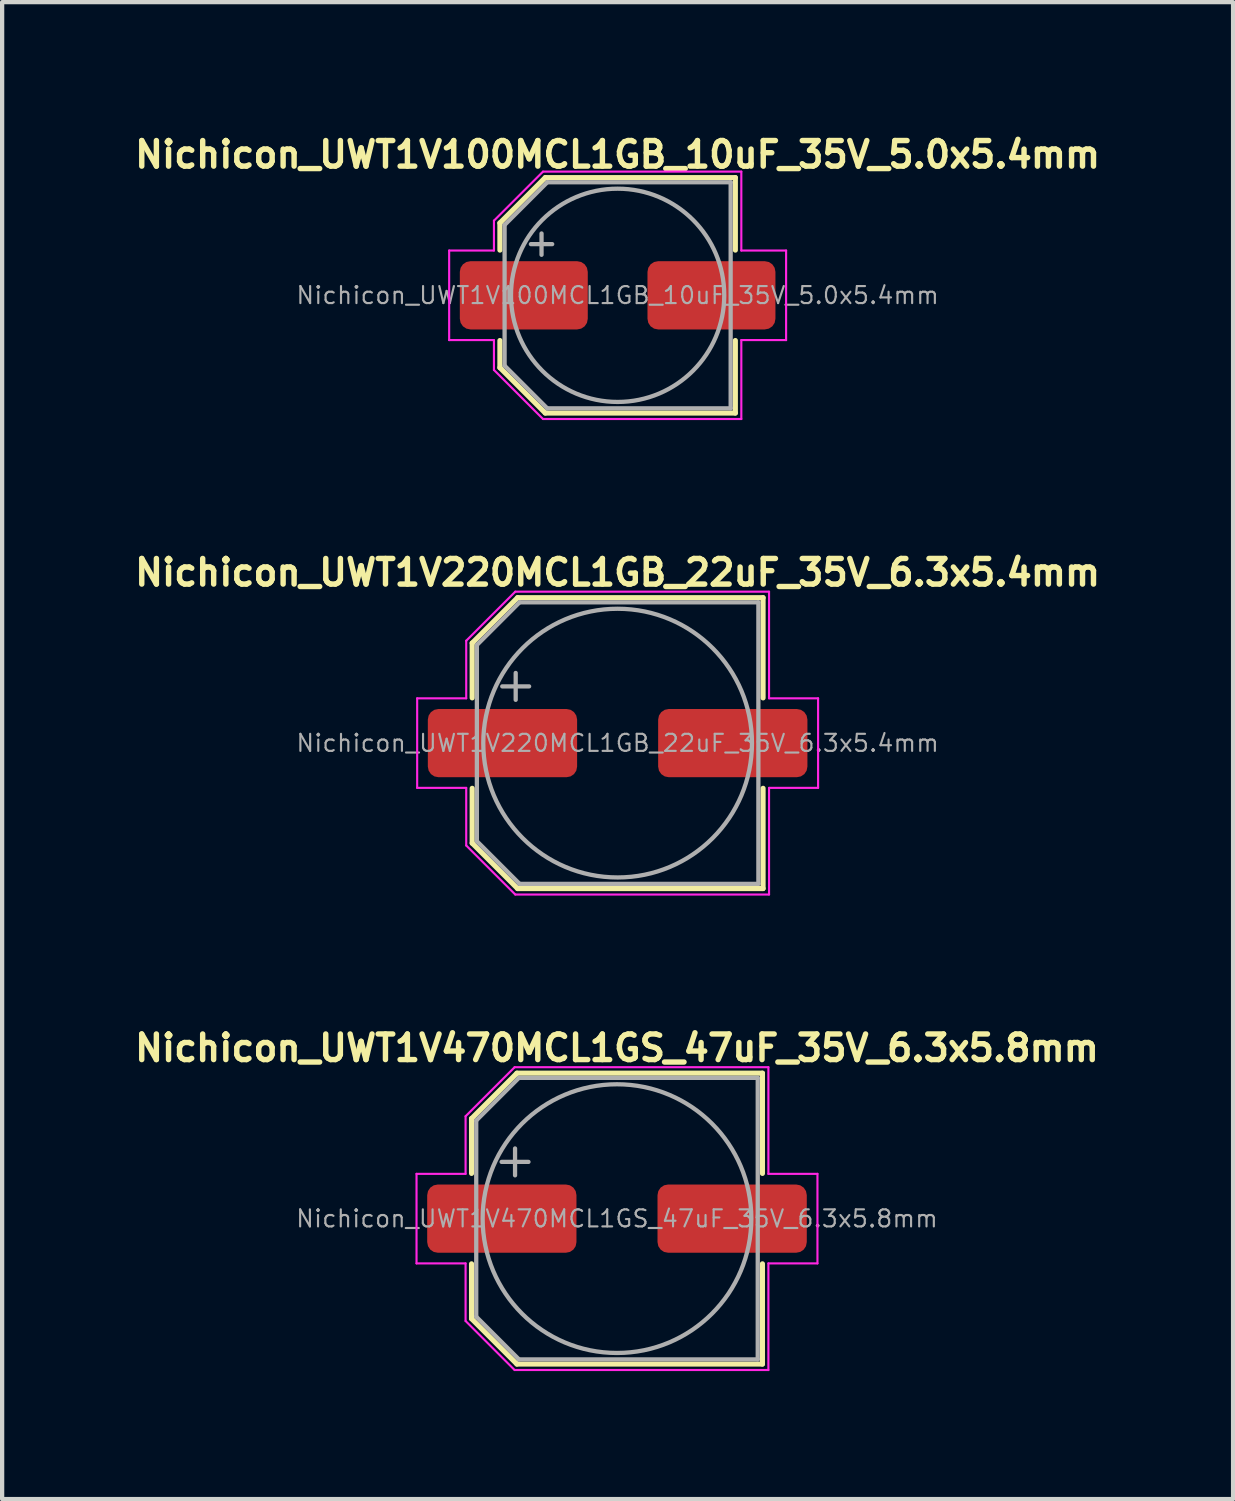
<source format=kicad_pcb>
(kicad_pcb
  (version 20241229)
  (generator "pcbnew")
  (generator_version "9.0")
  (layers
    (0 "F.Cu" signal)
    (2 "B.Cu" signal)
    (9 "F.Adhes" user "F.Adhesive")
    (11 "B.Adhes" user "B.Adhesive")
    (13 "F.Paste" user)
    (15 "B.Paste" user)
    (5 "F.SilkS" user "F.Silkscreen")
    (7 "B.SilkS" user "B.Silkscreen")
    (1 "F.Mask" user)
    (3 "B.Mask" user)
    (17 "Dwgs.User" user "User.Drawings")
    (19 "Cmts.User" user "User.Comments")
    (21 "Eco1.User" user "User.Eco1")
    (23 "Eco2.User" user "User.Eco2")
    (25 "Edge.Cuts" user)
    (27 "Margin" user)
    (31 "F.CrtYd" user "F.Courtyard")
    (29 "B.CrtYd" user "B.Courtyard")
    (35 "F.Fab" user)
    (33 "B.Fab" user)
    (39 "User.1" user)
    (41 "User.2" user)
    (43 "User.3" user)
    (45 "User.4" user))
  (footprint "Nichicon_UWT1V470MCL1GS_47uF_35V_6.3x5.8mm"
    (layer "F.Cu")
    (at 11.416 25.522)
    (property "Reference" "Nichicon_UWT1V470MCL1GS_47uF_35V_6.3x5.8mm" (at 0 -4 0) (layer "F.SilkS") (effects (font (size 0.6 0.6) (thickness 0.127))))
    (attr smd)
    (fp_line (start -3.41 -2.346) (end -3.41 -1.06) (stroke (width 0.12) (type solid)) (layer "F.SilkS"))
    (fp_line (start -3.41 -2.346) (end -2.346 -3.41) (stroke (width 0.12) (type solid)) (layer "F.SilkS"))
    (fp_line (start -3.41 2.346) (end -3.41 1.06) (stroke (width 0.12) (type solid)) (layer "F.SilkS"))
    (fp_line (start -3.41 2.346) (end -2.346 3.41) (stroke (width 0.12) (type solid)) (layer "F.SilkS"))
    (fp_line (start -2.346 -3.41) (end 3.41 -3.41) (stroke (width 0.12) (type solid)) (layer "F.SilkS"))
    (fp_line (start -2.346 3.41) (end 3.41 3.41) (stroke (width 0.12) (type solid)) (layer "F.SilkS"))
    (fp_line (start 3.41 -3.41) (end 3.41 -1.06) (stroke (width 0.12) (type solid)) (layer "F.SilkS"))
    (fp_line (start 3.41 3.41) (end 3.41 1.06) (stroke (width 0.12) (type solid)) (layer "F.SilkS"))
    (fp_line (start -4.7 -1.05) (end -4.7 1.05) (stroke (width 0.05) (type solid)) (layer "F.CrtYd"))
    (fp_line (start -4.7 1.05) (end -3.55 1.05) (stroke (width 0.05) (type solid)) (layer "F.CrtYd"))
    (fp_line (start -3.55 -2.4) (end -3.55 -1.05) (stroke (width 0.05) (type solid)) (layer "F.CrtYd"))
    (fp_line (start -3.55 -2.4) (end -2.4 -3.55) (stroke (width 0.05) (type solid)) (layer "F.CrtYd"))
    (fp_line (start -3.55 -1.05) (end -4.7 -1.05) (stroke (width 0.05) (type solid)) (layer "F.CrtYd"))
    (fp_line (start -3.55 1.05) (end -3.55 2.4) (stroke (width 0.05) (type solid)) (layer "F.CrtYd"))
    (fp_line (start -3.55 2.4) (end -2.4 3.55) (stroke (width 0.05) (type solid)) (layer "F.CrtYd"))
    (fp_line (start -2.4 -3.55) (end 3.55 -3.55) (stroke (width 0.05) (type solid)) (layer "F.CrtYd"))
    (fp_line (start -2.4 3.55) (end 3.55 3.55) (stroke (width 0.05) (type solid)) (layer "F.CrtYd"))
    (fp_line (start 3.55 -3.55) (end 3.55 -1.05) (stroke (width 0.05) (type solid)) (layer "F.CrtYd"))
    (fp_line (start 3.55 -1.05) (end 4.7 -1.05) (stroke (width 0.05) (type solid)) (layer "F.CrtYd"))
    (fp_line (start 3.55 1.05) (end 3.55 3.55) (stroke (width 0.05) (type solid)) (layer "F.CrtYd"))
    (fp_line (start 4.7 -1.05) (end 4.7 1.05) (stroke (width 0.05) (type solid)) (layer "F.CrtYd"))
    (fp_line (start 4.7 1.05) (end 3.55 1.05) (stroke (width 0.05) (type solid)) (layer "F.CrtYd"))
    (fp_line (start -3.3 -2.3) (end -3.3 2.3) (stroke (width 0.1) (type solid)) (layer "F.Fab"))
    (fp_line (start -3.3 -2.3) (end -2.3 -3.3) (stroke (width 0.1) (type solid)) (layer "F.Fab"))
    (fp_line (start -3.3 2.3) (end -2.3 3.3) (stroke (width 0.1) (type solid)) (layer "F.Fab"))
    (fp_line (start -2.705 -1.33) (end -2.075 -1.33) (stroke (width 0.1) (type solid)) (layer "F.Fab"))
    (fp_line (start -2.39 -1.645) (end -2.39 -1.015) (stroke (width 0.1) (type solid)) (layer "F.Fab"))
    (fp_line (start -2.3 -3.3) (end 3.3 -3.3) (stroke (width 0.1) (type solid)) (layer "F.Fab"))
    (fp_line (start -2.3 3.3) (end 3.3 3.3) (stroke (width 0.1) (type solid)) (layer "F.Fab"))
    (fp_line (start 3.3 -3.3) (end 3.3 3.3) (stroke (width 0.1) (type solid)) (layer "F.Fab"))
    (fp_circle (center 0 0) (end 3.15 0) (stroke (width 0.1) (type solid)) (fill no) (layer "F.Fab"))
    (fp_text user "${REFERENCE}" (at 0 0 0) (layer "F.Fab") (effects (font (size 0.4 0.4) (thickness 0.05))))
    (pad "1" smd roundrect (at -2.7 0) (size 3.5 1.6) (layers "F.Cu" "F.Mask" "F.Paste") (roundrect_rratio 0.156))
    (pad "2" smd roundrect (at 2.7 0) (size 3.5 1.6) (layers "F.Cu" "F.Mask" "F.Paste") (roundrect_rratio 0.156)))
  (footprint "Nichicon_UWT1V100MCL1GB_10uF_35V_5.0x5.4mm"
    (layer "F.Cu")
    (at 11.431 3.874)
    (property "Reference" "Nichicon_UWT1V100MCL1GB_10uF_35V_5.0x5.4mm" (at 0 -3.3 0) (layer "F.SilkS") (effects (font (size 0.6 0.6) (thickness 0.127))))
    (attr smd)
    (fp_line (start -2.76 -1.696) (end -2.76 -1.06) (stroke (width 0.12) (type solid)) (layer "F.SilkS"))
    (fp_line (start -2.76 -1.696) (end -1.696 -2.76) (stroke (width 0.12) (type solid)) (layer "F.SilkS"))
    (fp_line (start -2.76 1.696) (end -2.76 1.06) (stroke (width 0.12) (type solid)) (layer "F.SilkS"))
    (fp_line (start -2.76 1.696) (end -1.696 2.76) (stroke (width 0.12) (type solid)) (layer "F.SilkS"))
    (fp_line (start -1.696 -2.76) (end 2.76 -2.76) (stroke (width 0.12) (type solid)) (layer "F.SilkS"))
    (fp_line (start -1.696 2.76) (end 2.76 2.76) (stroke (width 0.12) (type solid)) (layer "F.SilkS"))
    (fp_line (start 2.76 -2.76) (end 2.76 -1.06) (stroke (width 0.12) (type solid)) (layer "F.SilkS"))
    (fp_line (start 2.76 2.76) (end 2.76 1.06) (stroke (width 0.12) (type solid)) (layer "F.SilkS"))
    (fp_line (start -3.95 -1.05) (end -3.95 1.05) (stroke (width 0.05) (type solid)) (layer "F.CrtYd"))
    (fp_line (start -3.95 1.05) (end -2.9 1.05) (stroke (width 0.05) (type solid)) (layer "F.CrtYd"))
    (fp_line (start -2.9 -1.75) (end -2.9 -1.05) (stroke (width 0.05) (type solid)) (layer "F.CrtYd"))
    (fp_line (start -2.9 -1.75) (end -1.75 -2.9) (stroke (width 0.05) (type solid)) (layer "F.CrtYd"))
    (fp_line (start -2.9 -1.05) (end -3.95 -1.05) (stroke (width 0.05) (type solid)) (layer "F.CrtYd"))
    (fp_line (start -2.9 1.05) (end -2.9 1.75) (stroke (width 0.05) (type solid)) (layer "F.CrtYd"))
    (fp_line (start -2.9 1.75) (end -1.75 2.9) (stroke (width 0.05) (type solid)) (layer "F.CrtYd"))
    (fp_line (start -1.75 -2.9) (end 2.9 -2.9) (stroke (width 0.05) (type solid)) (layer "F.CrtYd"))
    (fp_line (start -1.75 2.9) (end 2.9 2.9) (stroke (width 0.05) (type solid)) (layer "F.CrtYd"))
    (fp_line (start 2.9 -2.9) (end 2.9 -1.05) (stroke (width 0.05) (type solid)) (layer "F.CrtYd"))
    (fp_line (start 2.9 -1.05) (end 3.95 -1.05) (stroke (width 0.05) (type solid)) (layer "F.CrtYd"))
    (fp_line (start 2.9 1.05) (end 2.9 2.9) (stroke (width 0.05) (type solid)) (layer "F.CrtYd"))
    (fp_line (start 3.95 -1.05) (end 3.95 1.05) (stroke (width 0.05) (type solid)) (layer "F.CrtYd"))
    (fp_line (start 3.95 1.05) (end 2.9 1.05) (stroke (width 0.05) (type solid)) (layer "F.CrtYd"))
    (fp_line (start -2.65 -1.65) (end -2.65 1.65) (stroke (width 0.1) (type solid)) (layer "F.Fab"))
    (fp_line (start -2.65 -1.65) (end -1.65 -2.65) (stroke (width 0.1) (type solid)) (layer "F.Fab"))
    (fp_line (start -2.65 1.65) (end -1.65 2.65) (stroke (width 0.1) (type solid)) (layer "F.Fab"))
    (fp_line (start -2.034 -1.2) (end -1.534 -1.2) (stroke (width 0.1) (type solid)) (layer "F.Fab"))
    (fp_line (start -1.784 -1.45) (end -1.784 -0.95) (stroke (width 0.1) (type solid)) (layer "F.Fab"))
    (fp_line (start -1.65 -2.65) (end 2.65 -2.65) (stroke (width 0.1) (type solid)) (layer "F.Fab"))
    (fp_line (start -1.65 2.65) (end 2.65 2.65) (stroke (width 0.1) (type solid)) (layer "F.Fab"))
    (fp_line (start 2.65 -2.65) (end 2.65 2.65) (stroke (width 0.1) (type solid)) (layer "F.Fab"))
    (fp_circle (center 0 0) (end 2.5 0) (stroke (width 0.1) (type solid)) (fill no) (layer "F.Fab"))
    (fp_text user "${REFERENCE}" (at 0 0 0) (layer "F.Fab") (effects (font (size 0.4 0.4) (thickness 0.05))))
    (pad "1" smd roundrect (at -2.2 0) (size 3 1.6) (layers "F.Cu" "F.Mask" "F.Paste") (roundrect_rratio 0.156))
    (pad "2" smd roundrect (at 2.2 0) (size 3 1.6) (layers "F.Cu" "F.Mask" "F.Paste") (roundrect_rratio 0.156)))
  (footprint "Nichicon_UWT1V220MCL1GB_22uF_35V_6.3x5.4mm"
    (layer "F.Cu")
    (at 11.431 14.373)
    (property "Reference" "Nichicon_UWT1V220MCL1GB_22uF_35V_6.3x5.4mm" (at 0 -4 0) (layer "F.SilkS") (effects (font (size 0.6 0.6) (thickness 0.127))))
    (attr smd)
    (fp_line (start -3.41 -2.346) (end -3.41 -1.06) (stroke (width 0.12) (type solid)) (layer "F.SilkS"))
    (fp_line (start -3.41 -2.346) (end -2.346 -3.41) (stroke (width 0.12) (type solid)) (layer "F.SilkS"))
    (fp_line (start -3.41 2.346) (end -3.41 1.06) (stroke (width 0.12) (type solid)) (layer "F.SilkS"))
    (fp_line (start -3.41 2.346) (end -2.346 3.41) (stroke (width 0.12) (type solid)) (layer "F.SilkS"))
    (fp_line (start -2.346 -3.41) (end 3.41 -3.41) (stroke (width 0.12) (type solid)) (layer "F.SilkS"))
    (fp_line (start -2.346 3.41) (end 3.41 3.41) (stroke (width 0.12) (type solid)) (layer "F.SilkS"))
    (fp_line (start 3.41 -3.41) (end 3.41 -1.06) (stroke (width 0.12) (type solid)) (layer "F.SilkS"))
    (fp_line (start 3.41 3.41) (end 3.41 1.06) (stroke (width 0.12) (type solid)) (layer "F.SilkS"))
    (fp_line (start -4.7 -1.05) (end -4.7 1.05) (stroke (width 0.05) (type solid)) (layer "F.CrtYd"))
    (fp_line (start -4.7 1.05) (end -3.55 1.05) (stroke (width 0.05) (type solid)) (layer "F.CrtYd"))
    (fp_line (start -3.55 -2.4) (end -3.55 -1.05) (stroke (width 0.05) (type solid)) (layer "F.CrtYd"))
    (fp_line (start -3.55 -2.4) (end -2.4 -3.55) (stroke (width 0.05) (type solid)) (layer "F.CrtYd"))
    (fp_line (start -3.55 -1.05) (end -4.7 -1.05) (stroke (width 0.05) (type solid)) (layer "F.CrtYd"))
    (fp_line (start -3.55 1.05) (end -3.55 2.4) (stroke (width 0.05) (type solid)) (layer "F.CrtYd"))
    (fp_line (start -3.55 2.4) (end -2.4 3.55) (stroke (width 0.05) (type solid)) (layer "F.CrtYd"))
    (fp_line (start -2.4 -3.55) (end 3.55 -3.55) (stroke (width 0.05) (type solid)) (layer "F.CrtYd"))
    (fp_line (start -2.4 3.55) (end 3.55 3.55) (stroke (width 0.05) (type solid)) (layer "F.CrtYd"))
    (fp_line (start 3.55 -3.55) (end 3.55 -1.05) (stroke (width 0.05) (type solid)) (layer "F.CrtYd"))
    (fp_line (start 3.55 -1.05) (end 4.7 -1.05) (stroke (width 0.05) (type solid)) (layer "F.CrtYd"))
    (fp_line (start 3.55 1.05) (end 3.55 3.55) (stroke (width 0.05) (type solid)) (layer "F.CrtYd"))
    (fp_line (start 4.7 -1.05) (end 4.7 1.05) (stroke (width 0.05) (type solid)) (layer "F.CrtYd"))
    (fp_line (start 4.7 1.05) (end 3.55 1.05) (stroke (width 0.05) (type solid)) (layer "F.CrtYd"))
    (fp_line (start -3.3 -2.3) (end -3.3 2.3) (stroke (width 0.1) (type solid)) (layer "F.Fab"))
    (fp_line (start -3.3 -2.3) (end -2.3 -3.3) (stroke (width 0.1) (type solid)) (layer "F.Fab"))
    (fp_line (start -3.3 2.3) (end -2.3 3.3) (stroke (width 0.1) (type solid)) (layer "F.Fab"))
    (fp_line (start -2.705 -1.33) (end -2.075 -1.33) (stroke (width 0.1) (type solid)) (layer "F.Fab"))
    (fp_line (start -2.39 -1.645) (end -2.39 -1.015) (stroke (width 0.1) (type solid)) (layer "F.Fab"))
    (fp_line (start -2.3 -3.3) (end 3.3 -3.3) (stroke (width 0.1) (type solid)) (layer "F.Fab"))
    (fp_line (start -2.3 3.3) (end 3.3 3.3) (stroke (width 0.1) (type solid)) (layer "F.Fab"))
    (fp_line (start 3.3 -3.3) (end 3.3 3.3) (stroke (width 0.1) (type solid)) (layer "F.Fab"))
    (fp_circle (center 0 0) (end 3.15 0) (stroke (width 0.1) (type solid)) (fill no) (layer "F.Fab"))
    (fp_text user "${REFERENCE}" (at 0 0 0) (layer "F.Fab") (effects (font (size 0.4 0.4) (thickness 0.05))))
    (pad "1" smd roundrect (at -2.7 0) (size 3.5 1.6) (layers "F.Cu" "F.Mask" "F.Paste") (roundrect_rratio 0.156))
    (pad "2" smd roundrect (at 2.7 0) (size 3.5 1.6) (layers "F.Cu" "F.Mask" "F.Paste") (roundrect_rratio 0.156)))
  (gr_rect
    (start -3 -3)
    (end 25.861 32.097)
    (stroke (width 0.1) (type default))
    (fill no)
    (layer "Edge.Cuts")))
</source>
